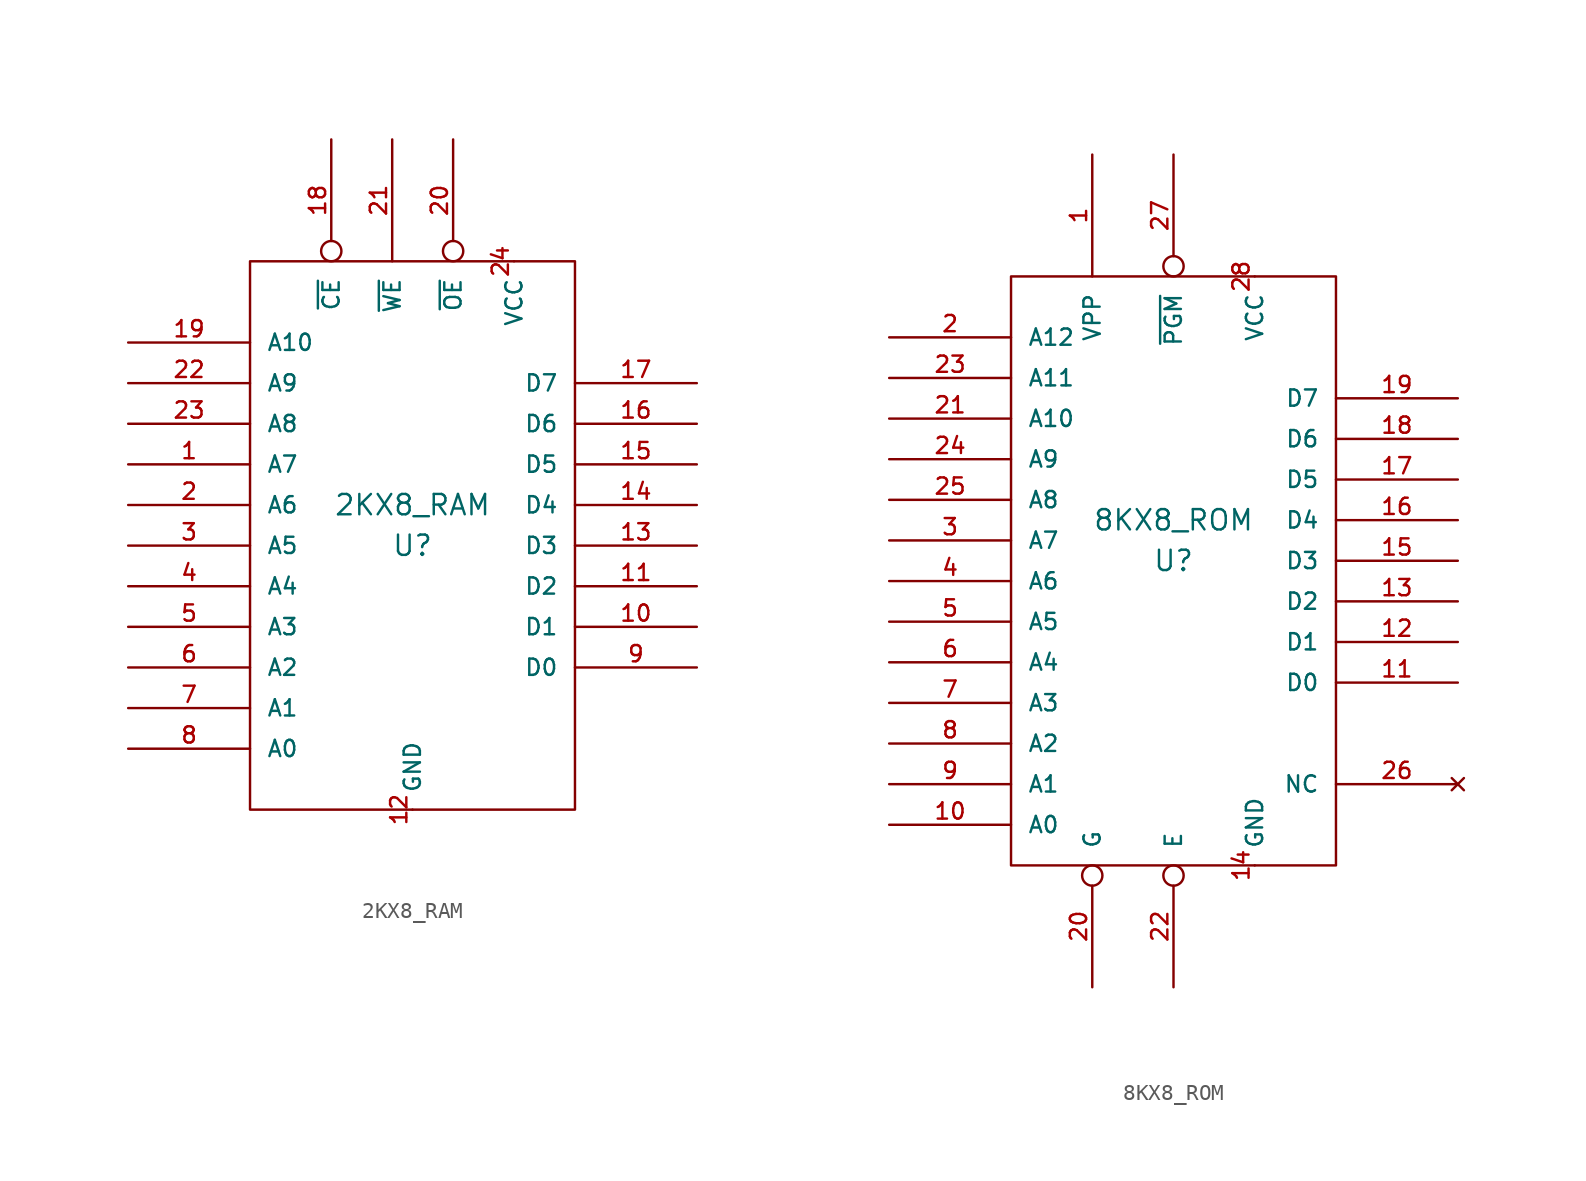
<source format=kicad_sym>
(kicad_symbol_lib
  (version 20211014)
  (generator kicad_symbol_editor)
  (symbol "2KX8_RAM"
    (pin_names
      (offset 1.016))
    (property "Reference" "U"
      (at 0 -1.27 0)
      (effects (font (size 1.27 1.27))))
    (property "Value" "2KX8_RAM"
      (at 0 1.27 0)
      (effects (font (size 1.27 1.27))))
    (symbol "2KX8_RAM_0_1"
      (rectangle (start -10.16 16.51) (end 10.16 -17.78) (stroke (width 0) (type default) (color 0 0 0 0)) (fill (type none))))
    (symbol "2KX8_RAM_1_1"
      (pin input line (at -17.78 3.81 0) (length 7.62) (name "A7" (effects (font (size 1.016 1.016)))) (number "1" (effects (font (size 1.016 1.016)))))
      (pin bidirectional line (at 17.78 -6.35 180) (length 7.62) (name "D1" (effects (font (size 1.016 1.016)))) (number "10" (effects (font (size 1.016 1.016)))))
      (pin bidirectional line (at 17.78 -3.81 180) (length 7.62) (name "D2" (effects (font (size 1.016 1.016)))) (number "11" (effects (font (size 1.016 1.016)))))
      (pin power_in line (at 0 -17.78 90) (length 0) (name "GND" (effects (font (size 1.016 1.016)))) (number "12" (effects (font (size 1.016 1.016)))))
      (pin bidirectional line (at 17.78 -1.27 180) (length 7.62) (name "D3" (effects (font (size 1.016 1.016)))) (number "13" (effects (font (size 1.016 1.016)))))
      (pin bidirectional line (at 17.78 1.27 180) (length 7.62) (name "D4" (effects (font (size 1.016 1.016)))) (number "14" (effects (font (size 1.016 1.016)))))
      (pin bidirectional line (at 17.78 3.81 180) (length 7.62) (name "D5" (effects (font (size 1.016 1.016)))) (number "15" (effects (font (size 1.016 1.016)))))
      (pin bidirectional line (at 17.78 6.35 180) (length 7.62) (name "D6" (effects (font (size 1.016 1.016)))) (number "16" (effects (font (size 1.016 1.016)))))
      (pin bidirectional line (at 17.78 8.89 180) (length 7.62) (name "D7" (effects (font (size 1.016 1.016)))) (number "17" (effects (font (size 1.016 1.016)))))
      (pin input inverted (at -5.08 24.13 270) (length 7.62) (name "~{CE}" (effects (font (size 1.016 1.016)))) (number "18" (effects (font (size 1.016 1.016)))))
      (pin input line (at -17.78 11.43 0) (length 7.62) (name "A10" (effects (font (size 1.016 1.016)))) (number "19" (effects (font (size 1.016 1.016)))))
      (pin input line (at -17.78 1.27 0) (length 7.62) (name "A6" (effects (font (size 1.016 1.016)))) (number "2" (effects (font (size 1.016 1.016)))))
      (pin input inverted (at 2.54 24.13 270) (length 7.62) (name "~{OE}" (effects (font (size 1.016 1.016)))) (number "20" (effects (font (size 1.016 1.016)))))
      (pin input line (at -1.27 24.13 270) (length 7.62) (name "~{WE}" (effects (font (size 1.016 1.016)))) (number "21" (effects (font (size 1.016 1.016)))))
      (pin input line (at -17.78 8.89 0) (length 7.62) (name "A9" (effects (font (size 1.016 1.016)))) (number "22" (effects (font (size 1.016 1.016)))))
      (pin input line (at -17.78 6.35 0) (length 7.62) (name "A8" (effects (font (size 1.016 1.016)))) (number "23" (effects (font (size 1.016 1.016)))))
      (pin power_in line (at 6.35 16.51 270) (length 0) (name "VCC" (effects (font (size 1.016 1.016)))) (number "24" (effects (font (size 1.016 1.016)))))
      (pin input line (at -17.78 -1.27 0) (length 7.62) (name "A5" (effects (font (size 1.016 1.016)))) (number "3" (effects (font (size 1.016 1.016)))))
      (pin input line (at -17.78 -3.81 0) (length 7.62) (name "A4" (effects (font (size 1.016 1.016)))) (number "4" (effects (font (size 1.016 1.016)))))
      (pin input line (at -17.78 -6.35 0) (length 7.62) (name "A3" (effects (font (size 1.016 1.016)))) (number "5" (effects (font (size 1.016 1.016)))))
      (pin input line (at -17.78 -8.89 0) (length 7.62) (name "A2" (effects (font (size 1.016 1.016)))) (number "6" (effects (font (size 1.016 1.016)))))
      (pin input line (at -17.78 -11.43 0) (length 7.62) (name "A1" (effects (font (size 1.016 1.016)))) (number "7" (effects (font (size 1.016 1.016)))))
      (pin input line (at -17.78 -13.97 0) (length 7.62) (name "A0" (effects (font (size 1.016 1.016)))) (number "8" (effects (font (size 1.016 1.016)))))
      (pin bidirectional line (at 17.78 -8.89 180) (length 7.62) (name "D0" (effects (font (size 1.016 1.016)))) (number "9" (effects (font (size 1.016 1.016)))))))
  (symbol "8KX8_ROM"
    (pin_names
      (offset 1.016))
    (property "Reference" "U"
      (at 0 -1.27 0)
      (effects (font (size 1.27 1.27))))
    (property "Value" "8KX8_ROM"
      (at 0 1.27 0)
      (effects (font (size 1.27 1.27))))
    (symbol "8KX8_ROM_1_1"
      (rectangle (start -10.16 16.51) (end 10.16 -20.32) (stroke (width 0) (type default) (color 0 0 0 0)) (fill (type none)))
      (pin input line (at -5.08 24.13 270) (length 7.62) (name "VPP" (effects (font (size 1.016 1.016)))) (number "1" (effects (font (size 1.016 1.016)))))
      (pin input line (at -17.78 -17.78 0) (length 7.62) (name "A0" (effects (font (size 1.016 1.016)))) (number "10" (effects (font (size 1.016 1.016)))))
      (pin tri_state line (at 17.78 -8.89 180) (length 7.62) (name "D0" (effects (font (size 1.016 1.016)))) (number "11" (effects (font (size 1.016 1.016)))))
      (pin tri_state line (at 17.78 -6.35 180) (length 7.62) (name "D1" (effects (font (size 1.016 1.016)))) (number "12" (effects (font (size 1.016 1.016)))))
      (pin tri_state line (at 17.78 -3.81 180) (length 7.62) (name "D2" (effects (font (size 1.016 1.016)))) (number "13" (effects (font (size 1.016 1.016)))))
      (pin power_in line (at 5.08 -20.32 90) (length 0) (name "GND" (effects (font (size 1.016 1.016)))) (number "14" (effects (font (size 1.016 1.016)))))
      (pin tri_state line (at 17.78 -1.27 180) (length 7.62) (name "D3" (effects (font (size 1.016 1.016)))) (number "15" (effects (font (size 1.016 1.016)))))
      (pin tri_state line (at 17.78 1.27 180) (length 7.62) (name "D4" (effects (font (size 1.016 1.016)))) (number "16" (effects (font (size 1.016 1.016)))))
      (pin tri_state line (at 17.78 3.81 180) (length 7.62) (name "D5" (effects (font (size 1.016 1.016)))) (number "17" (effects (font (size 1.016 1.016)))))
      (pin tri_state line (at 17.78 6.35 180) (length 7.62) (name "D6" (effects (font (size 1.016 1.016)))) (number "18" (effects (font (size 1.016 1.016)))))
      (pin tri_state line (at 17.78 8.89 180) (length 7.62) (name "D7" (effects (font (size 1.016 1.016)))) (number "19" (effects (font (size 1.016 1.016)))))
      (pin input line (at -17.78 12.7 0) (length 7.62) (name "A12" (effects (font (size 1.016 1.016)))) (number "2" (effects (font (size 1.016 1.016)))))
      (pin input inverted (at -5.08 -27.94 90) (length 7.62) (name "G" (effects (font (size 1.016 1.016)))) (number "20" (effects (font (size 1.016 1.016)))))
      (pin input line (at -17.78 7.62 0) (length 7.62) (name "A10" (effects (font (size 1.016 1.016)))) (number "21" (effects (font (size 1.016 1.016)))))
      (pin input inverted (at 0 -27.94 90) (length 7.62) (name "E" (effects (font (size 1.016 1.016)))) (number "22" (effects (font (size 1.016 1.016)))))
      (pin input line (at -17.78 10.16 0) (length 7.62) (name "A11" (effects (font (size 1.016 1.016)))) (number "23" (effects (font (size 1.016 1.016)))))
      (pin input line (at -17.78 5.08 0) (length 7.62) (name "A9" (effects (font (size 1.016 1.016)))) (number "24" (effects (font (size 1.016 1.016)))))
      (pin input line (at -17.78 2.54 0) (length 7.62) (name "A8" (effects (font (size 1.016 1.016)))) (number "25" (effects (font (size 1.016 1.016)))))
      (pin no_connect line (at 17.78 -15.24 180) (length 7.62) (name "NC" (effects (font (size 1.016 1.016)))) (number "26" (effects (font (size 1.016 1.016)))))
      (pin input inverted (at 0 24.13 270) (length 7.62) (name "~{PGM}" (effects (font (size 1.016 1.016)))) (number "27" (effects (font (size 1.016 1.016)))))
      (pin power_in line (at 5.08 16.51 270) (length 0) (name "VCC" (effects (font (size 1.016 1.016)))) (number "28" (effects (font (size 1.016 1.016)))))
      (pin input line (at -17.78 0 0) (length 7.62) (name "A7" (effects (font (size 1.016 1.016)))) (number "3" (effects (font (size 1.016 1.016)))))
      (pin input line (at -17.78 -2.54 0) (length 7.62) (name "A6" (effects (font (size 1.016 1.016)))) (number "4" (effects (font (size 1.016 1.016)))))
      (pin input line (at -17.78 -5.08 0) (length 7.62) (name "A5" (effects (font (size 1.016 1.016)))) (number "5" (effects (font (size 1.016 1.016)))))
      (pin input line (at -17.78 -7.62 0) (length 7.62) (name "A4" (effects (font (size 1.016 1.016)))) (number "6" (effects (font (size 1.016 1.016)))))
      (pin input line (at -17.78 -10.16 0) (length 7.62) (name "A3" (effects (font (size 1.016 1.016)))) (number "7" (effects (font (size 1.016 1.016)))))
      (pin input line (at -17.78 -12.7 0) (length 7.62) (name "A2" (effects (font (size 1.016 1.016)))) (number "8" (effects (font (size 1.016 1.016)))))
      (pin input line (at -17.78 -15.24 0) (length 7.62) (name "A1" (effects (font (size 1.016 1.016)))) (number "9" (effects (font (size 1.016 1.016))))))))
</source>
